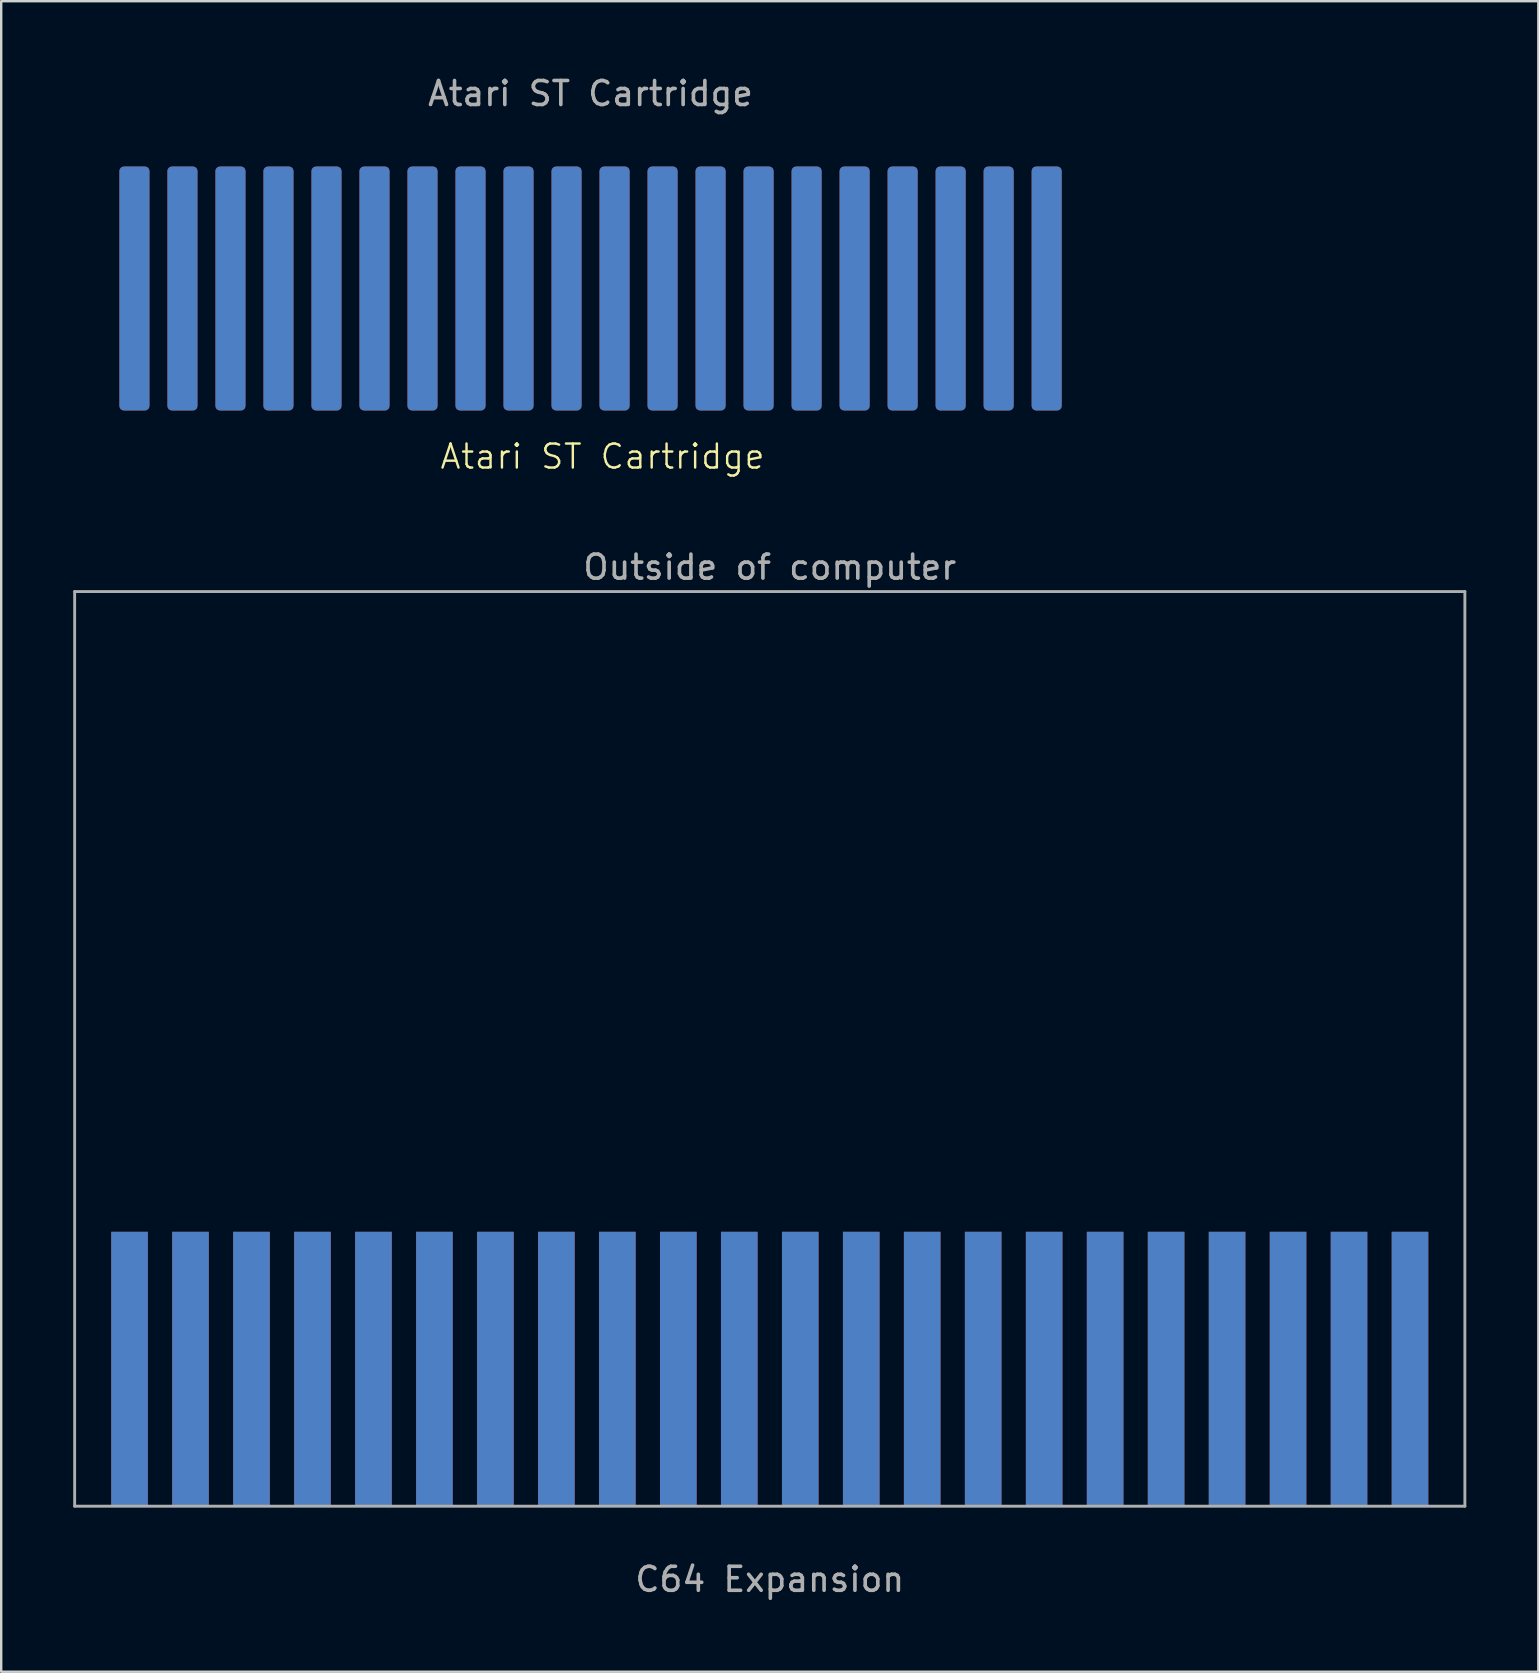
<source format=kicad_pcb>
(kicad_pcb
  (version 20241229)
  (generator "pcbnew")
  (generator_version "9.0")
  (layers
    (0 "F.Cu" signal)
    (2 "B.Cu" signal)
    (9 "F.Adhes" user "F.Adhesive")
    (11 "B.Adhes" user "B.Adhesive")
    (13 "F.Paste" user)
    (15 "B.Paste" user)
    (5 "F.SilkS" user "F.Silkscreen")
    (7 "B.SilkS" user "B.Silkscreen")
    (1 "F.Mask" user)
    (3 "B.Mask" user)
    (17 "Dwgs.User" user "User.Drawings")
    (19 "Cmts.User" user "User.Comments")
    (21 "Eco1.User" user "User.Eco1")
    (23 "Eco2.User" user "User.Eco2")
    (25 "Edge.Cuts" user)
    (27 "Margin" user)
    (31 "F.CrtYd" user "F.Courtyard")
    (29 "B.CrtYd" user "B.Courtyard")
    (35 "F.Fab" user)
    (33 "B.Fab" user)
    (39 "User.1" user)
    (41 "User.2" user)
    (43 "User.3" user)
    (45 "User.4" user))
  (footprint "Atari ST Cartridge"
    (layer "F.Cu")
    (at 21.55 5.468)
    (property "Reference" "Atari ST Cartridge" (at 0.5 10.5 0) (unlocked yes) (layer "F.SilkS") (effects (font (size 1 1) (thickness 0.1))))
    (attr smd)
    (fp_rect (start -21.5 -2.058) (end 21.5 8.5) (stroke (width 0.1) (type solid)) (fill yes) (layer "F.Mask"))
    (fp_rect (start -21.5 -2) (end 21.5 8.5) (stroke (width 0.1) (type solid)) (fill yes) (layer "B.Mask"))
    (fp_text user "${REFERENCE}" (at 0 -4.62 0) (unlocked yes) (layer "F.Fab") (effects (font (size 1 1) (thickness 0.15))))
    (pad "1" connect roundrect (at -19 3.5 90) (size 10.16 1.25) (layers "F.Cu" "F.Mask") (roundrect_rratio 0.15))
    (pad "2" connect roundrect (at -19 3.5 270) (size 10.16 1.25) (layers "B.Cu" "B.Mask") (roundrect_rratio 0.15))
    (pad "3" connect roundrect (at -17 3.5 90) (size 10.16 1.25) (layers "F.Cu" "F.Mask") (roundrect_rratio 0.15))
    (pad "4" connect roundrect (at -17 3.5 270) (size 10.16 1.25) (layers "B.Cu" "B.Mask") (roundrect_rratio 0.15))
    (pad "5" connect roundrect (at -15 3.5 90) (size 10.16 1.25) (layers "F.Cu" "F.Mask") (roundrect_rratio 0.15))
    (pad "6" connect roundrect (at -15 3.5 270) (size 10.16 1.25) (layers "B.Cu" "B.Mask") (roundrect_rratio 0.15))
    (pad "7" connect roundrect (at -13 3.5 90) (size 10.16 1.25) (layers "F.Cu" "F.Mask") (roundrect_rratio 0.15))
    (pad "8" connect roundrect (at -13 3.5 270) (size 10.16 1.25) (layers "B.Cu" "B.Mask") (roundrect_rratio 0.15))
    (pad "9" connect roundrect (at -11 3.5 90) (size 10.16 1.25) (layers "F.Cu" "F.Mask") (roundrect_rratio 0.15))
    (pad "10" connect roundrect (at -11 3.5 270) (size 10.16 1.25) (layers "B.Cu" "B.Mask") (roundrect_rratio 0.15))
    (pad "11" connect roundrect (at -9 3.5 90) (size 10.16 1.25) (layers "F.Cu" "F.Mask") (roundrect_rratio 0.15))
    (pad "12" connect roundrect (at -9 3.5 270) (size 10.16 1.25) (layers "B.Cu" "B.Mask") (roundrect_rratio 0.15))
    (pad "13" connect roundrect (at -7 3.5 90) (size 10.16 1.25) (layers "F.Cu" "F.Mask") (roundrect_rratio 0.15))
    (pad "14" connect roundrect (at -7 3.5 270) (size 10.16 1.25) (layers "B.Cu" "B.Mask") (roundrect_rratio 0.15))
    (pad "15" connect roundrect (at -5 3.5 90) (size 10.16 1.25) (layers "F.Cu" "F.Mask") (roundrect_rratio 0.15))
    (pad "16" connect roundrect (at -5 3.5 270) (size 10.16 1.25) (layers "B.Cu" "B.Mask") (roundrect_rratio 0.15))
    (pad "17" connect roundrect (at -3 3.5 90) (size 10.16 1.25) (layers "F.Cu" "F.Mask") (roundrect_rratio 0.15))
    (pad "18" connect roundrect (at -3 3.5 270) (size 10.16 1.25) (layers "B.Cu" "B.Mask") (roundrect_rratio 0.15))
    (pad "19" connect roundrect (at -1 3.5 90) (size 10.16 1.25) (layers "F.Cu" "F.Mask") (roundrect_rratio 0.15))
    (pad "20" connect roundrect (at -1 3.5 270) (size 10.16 1.25) (layers "B.Cu" "B.Mask") (roundrect_rratio 0.15))
    (pad "21" connect roundrect (at 1 3.5 90) (size 10.16 1.25) (layers "F.Cu" "F.Mask") (roundrect_rratio 0.15))
    (pad "22" connect roundrect (at 1 3.5 270) (size 10.16 1.25) (layers "B.Cu" "B.Mask") (roundrect_rratio 0.15))
    (pad "23" connect roundrect (at 3 3.5 90) (size 10.16 1.25) (layers "F.Cu" "F.Mask") (roundrect_rratio 0.15))
    (pad "24" connect roundrect (at 3 3.5 270) (size 10.16 1.25) (layers "B.Cu" "B.Mask") (roundrect_rratio 0.15))
    (pad "25" connect roundrect (at 5 3.5 90) (size 10.16 1.25) (layers "F.Cu" "F.Mask") (roundrect_rratio 0.15))
    (pad "26" connect roundrect (at 5 3.5 270) (size 10.16 1.25) (layers "B.Cu" "B.Mask") (roundrect_rratio 0.15))
    (pad "27" connect roundrect (at 7 3.5 90) (size 10.16 1.25) (layers "F.Cu" "F.Mask") (roundrect_rratio 0.15))
    (pad "28" connect roundrect (at 7 3.5 270) (size 10.16 1.25) (layers "B.Cu" "B.Mask") (roundrect_rratio 0.15))
    (pad "29" connect roundrect (at 9 3.5 90) (size 10.16 1.25) (layers "F.Cu" "F.Mask") (roundrect_rratio 0.15))
    (pad "30" connect roundrect (at 9 3.5 270) (size 10.16 1.25) (layers "B.Cu" "B.Mask") (roundrect_rratio 0.15))
    (pad "31" connect roundrect (at 11 3.5 90) (size 10.16 1.25) (layers "F.Cu" "F.Mask") (roundrect_rratio 0.15))
    (pad "32" connect roundrect (at 11 3.5 270) (size 10.16 1.25) (layers "B.Cu" "B.Mask") (roundrect_rratio 0.15))
    (pad "33" connect roundrect (at 13 3.5 90) (size 10.16 1.25) (layers "F.Cu" "F.Mask") (roundrect_rratio 0.15))
    (pad "34" connect roundrect (at 13 3.5 270) (size 10.16 1.25) (layers "B.Cu" "B.Mask") (roundrect_rratio 0.15))
    (pad "35" connect roundrect (at 15 3.5 90) (size 10.16 1.25) (layers "F.Cu" "F.Mask") (roundrect_rratio 0.15))
    (pad "36" connect roundrect (at 15 3.5 270) (size 10.16 1.25) (layers "B.Cu" "B.Mask") (roundrect_rratio 0.15))
    (pad "37" connect roundrect (at 17 3.5 90) (size 10.16 1.25) (layers "F.Cu" "F.Mask") (roundrect_rratio 0.15))
    (pad "38" connect roundrect (at 17 3.5 270) (size 10.16 1.25) (layers "B.Cu" "B.Mask") (roundrect_rratio 0.15))
    (pad "39" connect roundrect (at 19 3.5 90) (size 10.16 1.25) (layers "F.Cu" "F.Mask") (roundrect_rratio 0.15))
    (pad "40" connect roundrect (at 19 3.5 270) (size 10.16 1.25) (layers "B.Cu" "B.Mask") (roundrect_rratio 0.15))
    (zone (net_name "") (layers "F.Cu" "B.Cu") (hatch edge 0.5) (connect_pads) (min_thickness 0.25) (filled_areas_thickness no) (keepout (tracks not_allowed) (vias not_allowed) (pads allowed) (copperpour allowed) (footprints allowed)) (placement (enabled no)) (fill) (polygon (pts (xy 0.05 3.468) (xy 43.05 3.468) (xy 43.05 7.415) (xy 0.05 7.495)))))
  (footprint "C64 Expansion"
    (layer "F.Cu")
    (at 29.016 40.643)
    (property "Reference" "C64 Expansion" (at 0 22.098 0) (layer "F.Fab") (effects (font (size 1 1) (thickness 0.15))))
    (attr smd)
    (fp_poly (pts (xy 28.956 19.05) (xy -28.956 19.05) (xy -28.956 7.62) (xy 28.956 7.62)) (stroke (width 0) (type solid)) (fill yes) (layer "F.Mask"))
    (fp_poly (pts (xy 28.956 19.05) (xy -28.956 19.05) (xy -28.956 7.62) (xy 28.956 7.62)) (stroke (width 0) (type solid)) (fill yes) (layer "B.Mask"))
    (fp_line (start -28.956 -19.05) (end -28.956 19.05) (stroke (width 0.12) (type solid)) (layer "F.Fab"))
    (fp_line (start -28.956 19.05) (end 28.956 19.05) (stroke (width 0.12) (type solid)) (layer "F.Fab"))
    (fp_line (start 28.956 -19.05) (end -28.956 -19.05) (stroke (width 0.12) (type solid)) (layer "F.Fab"))
    (fp_line (start 28.956 19.05) (end 28.956 -19.05) (stroke (width 0.12) (type solid)) (layer "F.Fab"))
    (fp_text user "Outside of computer" (at 0 -20.066 0) (layer "F.Fab") (effects (font (size 1 1) (thickness 0.15))))
    (pad "1" connect rect (at -26.67 7.62) (size 1.524 11.43) (drill (offset 0 5.715)) (layers "F.Cu" "F.Mask"))
    (pad "2" connect rect (at -24.13 7.62) (size 1.524 11.43) (drill (offset 0 5.715)) (layers "F.Cu" "F.Mask"))
    (pad "3" connect rect (at -21.59 7.62) (size 1.524 11.43) (drill (offset 0 5.715)) (layers "F.Cu" "F.Mask"))
    (pad "4" connect rect (at -19.05 7.62) (size 1.524 11.43) (drill (offset 0 5.715)) (layers "F.Cu" "F.Mask"))
    (pad "5" connect rect (at -16.51 7.62) (size 1.524 11.43) (drill (offset 0 5.715)) (layers "F.Cu" "F.Mask"))
    (pad "6" connect rect (at -13.97 7.62) (size 1.524 11.43) (drill (offset 0 5.715)) (layers "F.Cu" "F.Mask"))
    (pad "7" connect rect (at -11.43 7.62) (size 1.524 11.43) (drill (offset 0 5.715)) (layers "F.Cu" "F.Mask"))
    (pad "8" connect rect (at -8.89 7.62) (size 1.524 11.43) (drill (offset 0 5.715)) (layers "F.Cu" "F.Mask"))
    (pad "9" connect rect (at -6.35 7.62) (size 1.524 11.43) (drill (offset 0 5.715)) (layers "F.Cu" "F.Mask"))
    (pad "10" connect rect (at -3.81 7.62) (size 1.524 11.43) (drill (offset 0 5.715)) (layers "F.Cu" "F.Mask"))
    (pad "11" connect rect (at -1.27 7.62) (size 1.524 11.43) (drill (offset 0 5.715)) (layers "F.Cu" "F.Mask"))
    (pad "12" connect rect (at 1.27 7.62) (size 1.524 11.43) (drill (offset 0 5.715)) (layers "F.Cu" "F.Mask"))
    (pad "13" connect rect (at 3.81 7.62) (size 1.524 11.43) (drill (offset 0 5.715)) (layers "F.Cu" "F.Mask"))
    (pad "14" connect rect (at 6.35 7.62) (size 1.524 11.43) (drill (offset 0 5.715)) (layers "F.Cu" "F.Mask"))
    (pad "15" connect rect (at 8.89 7.62) (size 1.524 11.43) (drill (offset 0 5.715)) (layers "F.Cu" "F.Mask"))
    (pad "16" connect rect (at 11.43 7.62) (size 1.524 11.43) (drill (offset 0 5.715)) (layers "F.Cu" "F.Mask"))
    (pad "17" connect rect (at 13.97 7.62) (size 1.524 11.43) (drill (offset 0 5.715)) (layers "F.Cu" "F.Mask"))
    (pad "18" connect rect (at 16.51 7.62) (size 1.524 11.43) (drill (offset 0 5.715)) (layers "F.Cu" "F.Mask"))
    (pad "19" connect rect (at 19.05 7.62) (size 1.524 11.43) (drill (offset 0 5.715)) (layers "F.Cu" "F.Mask"))
    (pad "20" connect rect (at 21.59 7.62) (size 1.524 11.43) (drill (offset 0 5.715)) (layers "F.Cu" "F.Mask"))
    (pad "21" connect rect (at 24.13 7.62) (size 1.524 11.43) (drill (offset 0 5.715)) (layers "F.Cu" "F.Mask"))
    (pad "22" connect rect (at 26.67 7.62) (size 1.524 11.43) (drill (offset 0 5.715)) (layers "F.Cu" "F.Mask"))
    (pad "A" connect rect (at -26.67 7.62) (size 1.524 11.43) (drill (offset 0 5.715)) (layers "F.Mask" "B.Cu"))
    (pad "B" connect rect (at -24.13 7.62) (size 1.524 11.43) (drill (offset 0 5.715)) (layers "F.Mask" "B.Cu"))
    (pad "C" connect rect (at -21.59 7.62) (size 1.524 11.43) (drill (offset 0 5.715)) (layers "F.Mask" "B.Cu"))
    (pad "D" connect rect (at -19.05 7.62) (size 1.524 11.43) (drill (offset 0 5.715)) (layers "F.Mask" "B.Cu"))
    (pad "E" connect rect (at -16.51 7.62) (size 1.524 11.43) (drill (offset 0 5.715)) (layers "F.Mask" "B.Cu"))
    (pad "F" connect rect (at -13.97 7.62) (size 1.524 11.43) (drill (offset 0 5.715)) (layers "F.Mask" "B.Cu"))
    (pad "H" connect rect (at -11.43 7.62) (size 1.524 11.43) (drill (offset 0 5.715)) (layers "F.Mask" "B.Cu"))
    (pad "J" connect rect (at -8.89 7.62) (size 1.524 11.43) (drill (offset 0 5.715)) (layers "F.Mask" "B.Cu"))
    (pad "K" connect rect (at -6.35 7.62) (size 1.524 11.43) (drill (offset 0 5.715)) (layers "F.Mask" "B.Cu"))
    (pad "L" connect rect (at -3.81 7.62) (size 1.524 11.43) (drill (offset 0 5.715)) (layers "F.Mask" "B.Cu"))
    (pad "M" connect rect (at -1.27 7.62) (size 1.524 11.43) (drill (offset 0 5.715)) (layers "F.Mask" "B.Cu"))
    (pad "N" connect rect (at 1.27 7.62) (size 1.524 11.43) (drill (offset 0 5.715)) (layers "F.Mask" "B.Cu"))
    (pad "P" connect rect (at 3.81 7.62) (size 1.524 11.43) (drill (offset 0 5.715)) (layers "F.Mask" "B.Cu"))
    (pad "R" connect rect (at 6.35 7.62) (size 1.524 11.43) (drill (offset 0 5.715)) (layers "F.Mask" "B.Cu"))
    (pad "S" connect rect (at 8.89 7.62) (size 1.524 11.43) (drill (offset 0 5.715)) (layers "F.Mask" "B.Cu"))
    (pad "T" connect rect (at 11.43 7.62) (size 1.524 11.43) (drill (offset 0 5.715)) (layers "F.Mask" "B.Cu"))
    (pad "U" connect rect (at 13.97 7.62) (size 1.524 11.43) (drill (offset 0 5.715)) (layers "F.Mask" "B.Cu"))
    (pad "V" connect rect (at 16.51 7.62) (size 1.524 11.43) (drill (offset 0 5.715)) (layers "F.Mask" "B.Cu"))
    (pad "W" connect rect (at 19.05 7.62) (size 1.524 11.43) (drill (offset 0 5.715)) (layers "F.Mask" "B.Cu"))
    (pad "X" connect rect (at 21.59 7.62) (size 1.524 11.43) (drill (offset 0 5.715)) (layers "F.Mask" "B.Cu"))
    (pad "Y" connect rect (at 24.13 7.62) (size 1.524 11.43) (drill (offset 0 5.715)) (layers "F.Mask" "B.Cu"))
    (pad "Z" connect rect (at 26.67 7.62) (size 1.524 11.43) (drill (offset 0 5.715)) (layers "F.Mask" "B.Cu")))
  (gr_rect
    (start -3 -3)
    (end 61.032 66.589)
    (stroke (width 0.1) (type default))
    (fill no)
    (layer "Edge.Cuts")))
</source>
